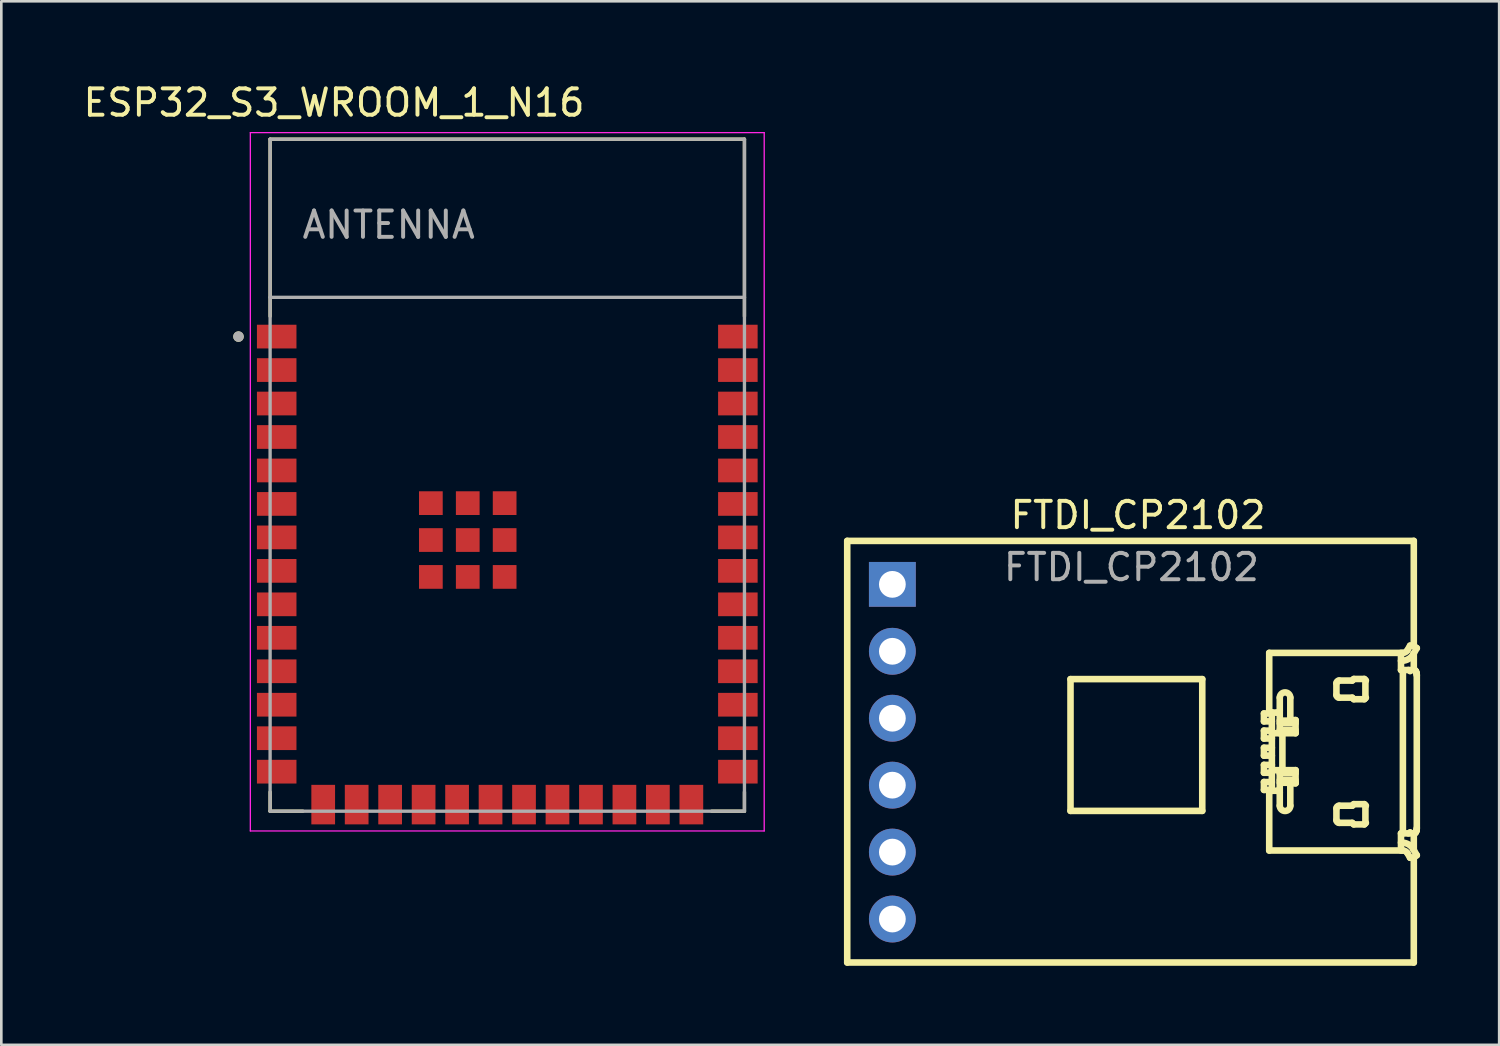
<source format=kicad_pcb>
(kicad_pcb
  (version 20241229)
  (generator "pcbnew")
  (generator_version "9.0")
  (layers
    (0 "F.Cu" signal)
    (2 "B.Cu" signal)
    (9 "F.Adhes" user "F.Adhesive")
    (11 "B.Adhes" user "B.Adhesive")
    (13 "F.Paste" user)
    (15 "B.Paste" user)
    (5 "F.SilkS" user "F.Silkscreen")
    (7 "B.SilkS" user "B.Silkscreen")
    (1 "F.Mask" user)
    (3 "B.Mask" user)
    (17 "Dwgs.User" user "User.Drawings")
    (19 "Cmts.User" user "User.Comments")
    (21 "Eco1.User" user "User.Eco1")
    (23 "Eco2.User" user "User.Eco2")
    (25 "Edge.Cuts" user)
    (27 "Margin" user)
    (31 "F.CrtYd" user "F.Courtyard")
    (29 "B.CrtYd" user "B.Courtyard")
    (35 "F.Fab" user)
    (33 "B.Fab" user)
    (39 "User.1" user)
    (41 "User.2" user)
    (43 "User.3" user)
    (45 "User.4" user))
  (footprint "FTDI_CP2102"
    (layer "F.Cu")
    (at 40.059 0.25)
    (property "Reference" "FTDI_CP2102" (at 0.075 16.25 0) (unlocked yes) (layer "F.SilkS") (effects (font (size 1 1) (thickness 0.15))))
    (attr through_hole)
    (fp_line (start -10.959 17.225) (end 10.541 17.225) (stroke (width 0.25) (type solid)) (layer "F.SilkS"))
    (fp_line (start -10.959 33.225) (end -10.959 17.225) (stroke (width 0.25) (type solid)) (layer "F.SilkS"))
    (fp_line (start -2.486 22.471) (end 2.514 22.471) (stroke (width 0.25) (type solid)) (layer "F.SilkS"))
    (fp_line (start -2.486 27.471) (end -2.486 22.471) (stroke (width 0.25) (type solid)) (layer "F.SilkS"))
    (fp_line (start 2.514 22.471) (end 2.514 27.471) (stroke (width 0.25) (type solid)) (layer "F.SilkS"))
    (fp_line (start 2.514 27.471) (end -2.486 27.471) (stroke (width 0.25) (type solid)) (layer "F.SilkS"))
    (fp_line (start 4.855 23.775) (end 5.155 23.775) (stroke (width 0.25) (type solid)) (layer "F.SilkS"))
    (fp_line (start 4.855 24.075) (end 4.855 23.775) (stroke (width 0.25) (type solid)) (layer "F.SilkS"))
    (fp_line (start 4.855 24.425) (end 5.155 24.425) (stroke (width 0.25) (type solid)) (layer "F.SilkS"))
    (fp_line (start 4.855 24.725) (end 4.855 24.425) (stroke (width 0.25) (type solid)) (layer "F.SilkS"))
    (fp_line (start 4.855 25.075) (end 5.155 25.075) (stroke (width 0.25) (type solid)) (layer "F.SilkS"))
    (fp_line (start 4.855 25.375) (end 4.855 25.075) (stroke (width 0.25) (type solid)) (layer "F.SilkS"))
    (fp_line (start 4.855 25.725) (end 5.155 25.725) (stroke (width 0.25) (type solid)) (layer "F.SilkS"))
    (fp_line (start 4.855 26.025) (end 4.855 25.725) (stroke (width 0.25) (type solid)) (layer "F.SilkS"))
    (fp_line (start 4.855 26.375) (end 5.155 26.375) (stroke (width 0.25) (type solid)) (layer "F.SilkS"))
    (fp_line (start 4.855 26.675) (end 4.855 26.375) (stroke (width 0.25) (type solid)) (layer "F.SilkS"))
    (fp_line (start 5.055 23.67) (end 5.055 21.475) (stroke (width 0.25) (type solid)) (layer "F.SilkS"))
    (fp_line (start 5.055 28.975) (end 5.055 26.78) (stroke (width 0.25) (type solid)) (layer "F.SilkS"))
    (fp_line (start 5.055 28.975) (end 10.127 28.975) (stroke (width 0.25) (type solid)) (layer "F.SilkS"))
    (fp_line (start 5.155 23.741) (end 5.155 26.709) (stroke (width 0.25) (type solid)) (layer "F.SilkS"))
    (fp_line (start 5.155 23.741) (end 5.355 23.741) (stroke (width 0.25) (type solid)) (layer "F.SilkS"))
    (fp_line (start 5.155 24.075) (end 4.855 24.075) (stroke (width 0.25) (type solid)) (layer "F.SilkS"))
    (fp_line (start 5.155 24.525) (end 6.055 24.525) (stroke (width 0.25) (type solid)) (layer "F.SilkS"))
    (fp_line (start 5.155 24.725) (end 4.855 24.725) (stroke (width 0.25) (type solid)) (layer "F.SilkS"))
    (fp_line (start 5.155 25.375) (end 4.855 25.375) (stroke (width 0.25) (type solid)) (layer "F.SilkS"))
    (fp_line (start 5.155 26.025) (end 4.855 26.025) (stroke (width 0.25) (type solid)) (layer "F.SilkS"))
    (fp_line (start 5.155 26.675) (end 4.855 26.675) (stroke (width 0.25) (type solid)) (layer "F.SilkS"))
    (fp_line (start 5.355 26.709) (end 5.155 26.709) (stroke (width 0.25) (type solid)) (layer "F.SilkS"))
    (fp_line (start 5.455 24.045) (end 6.055 24.045) (stroke (width 0.25) (type solid)) (layer "F.SilkS"))
    (fp_line (start 5.455 24.525) (end 5.455 23.175) (stroke (width 0.25) (type solid)) (layer "F.SilkS"))
    (fp_line (start 5.455 25.945) (end 6.055 25.945) (stroke (width 0.25) (type solid)) (layer "F.SilkS"))
    (fp_line (start 5.455 27.275) (end 5.455 25.925) (stroke (width 0.25) (type solid)) (layer "F.SilkS"))
    (fp_line (start 5.555 25.945) (end 5.555 24.505) (stroke (width 0.25) (type solid)) (layer "F.SilkS"))
    (fp_line (start 5.855 24.025) (end 5.855 23.175) (stroke (width 0.25) (type solid)) (layer "F.SilkS"))
    (fp_line (start 5.855 26.425) (end 6.055 26.425) (stroke (width 0.25) (type solid)) (layer "F.SilkS"))
    (fp_line (start 5.855 27.275) (end 5.855 26.425) (stroke (width 0.25) (type solid)) (layer "F.SilkS"))
    (fp_line (start 6.055 24.025) (end 5.855 24.025) (stroke (width 0.25) (type solid)) (layer "F.SilkS"))
    (fp_line (start 6.055 24.025) (end 6.055 24.525) (stroke (width 0.25) (type solid)) (layer "F.SilkS"))
    (fp_line (start 6.055 24.145) (end 5.455 24.145) (stroke (width 0.25) (type solid)) (layer "F.SilkS"))
    (fp_line (start 6.055 24.405) (end 5.455 24.405) (stroke (width 0.25) (type solid)) (layer "F.SilkS"))
    (fp_line (start 6.055 24.505) (end 5.455 24.505) (stroke (width 0.25) (type solid)) (layer "F.SilkS"))
    (fp_line (start 6.055 25.925) (end 5.155 25.925) (stroke (width 0.25) (type solid)) (layer "F.SilkS"))
    (fp_line (start 6.055 26.045) (end 5.455 26.045) (stroke (width 0.25) (type solid)) (layer "F.SilkS"))
    (fp_line (start 6.055 26.305) (end 5.455 26.305) (stroke (width 0.25) (type solid)) (layer "F.SilkS"))
    (fp_line (start 6.055 26.405) (end 5.455 26.405) (stroke (width 0.25) (type solid)) (layer "F.SilkS"))
    (fp_line (start 6.055 26.425) (end 6.055 25.925) (stroke (width 0.25) (type solid)) (layer "F.SilkS"))
    (fp_line (start 7.605 22.625) (end 7.605 23.075) (stroke (width 0.25) (type solid)) (layer "F.SilkS"))
    (fp_line (start 7.605 27.375) (end 7.605 27.825) (stroke (width 0.25) (type solid)) (layer "F.SilkS"))
    (fp_line (start 7.705 23.175) (end 8.205 23.175) (stroke (width 0.25) (type solid)) (layer "F.SilkS"))
    (fp_line (start 7.705 27.925) (end 8.205 27.925) (stroke (width 0.25) (type solid)) (layer "F.SilkS"))
    (fp_line (start 8.205 22.525) (end 7.705 22.525) (stroke (width 0.25) (type solid)) (layer "F.SilkS"))
    (fp_line (start 8.205 23.175) (end 8.264 23.234) (stroke (width 0.25) (type solid)) (layer "F.SilkS"))
    (fp_line (start 8.205 27.275) (end 7.705 27.275) (stroke (width 0.25) (type solid)) (layer "F.SilkS"))
    (fp_line (start 8.205 27.925) (end 8.264 27.984) (stroke (width 0.25) (type solid)) (layer "F.SilkS"))
    (fp_line (start 8.264 22.466) (end 8.205 22.525) (stroke (width 0.25) (type solid)) (layer "F.SilkS"))
    (fp_line (start 8.264 23.234) (end 8.664 23.234) (stroke (width 0.25) (type solid)) (layer "F.SilkS"))
    (fp_line (start 8.264 27.216) (end 8.205 27.275) (stroke (width 0.25) (type solid)) (layer "F.SilkS"))
    (fp_line (start 8.264 27.984) (end 8.664 27.984) (stroke (width 0.25) (type solid)) (layer "F.SilkS"))
    (fp_line (start 8.664 22.466) (end 8.264 22.466) (stroke (width 0.25) (type solid)) (layer "F.SilkS"))
    (fp_line (start 8.664 23.234) (end 8.723 23.175) (stroke (width 0.25) (type solid)) (layer "F.SilkS"))
    (fp_line (start 8.664 27.216) (end 8.264 27.216) (stroke (width 0.25) (type solid)) (layer "F.SilkS"))
    (fp_line (start 8.664 27.984) (end 8.723 27.925) (stroke (width 0.25) (type solid)) (layer "F.SilkS"))
    (fp_line (start 8.705 22.508) (end 8.705 23.192) (stroke (width 0.25) (type solid)) (layer "F.SilkS"))
    (fp_line (start 8.705 27.258) (end 8.705 27.942) (stroke (width 0.25) (type solid)) (layer "F.SilkS"))
    (fp_line (start 8.723 22.525) (end 8.664 22.466) (stroke (width 0.25) (type solid)) (layer "F.SilkS"))
    (fp_line (start 8.723 27.275) (end 8.664 27.216) (stroke (width 0.25) (type solid)) (layer "F.SilkS"))
    (fp_line (start 10.055 21.475) (end 10.055 22.125) (stroke (width 0.25) (type solid)) (layer "F.SilkS"))
    (fp_line (start 10.055 22.125) (end 10.555 22.125) (stroke (width 0.25) (type solid)) (layer "F.SilkS"))
    (fp_line (start 10.055 28.325) (end 10.555 28.325) (stroke (width 0.25) (type solid)) (layer "F.SilkS"))
    (fp_line (start 10.055 28.675) (end 10.09 28.675) (stroke (width 0.25) (type solid)) (layer "F.SilkS"))
    (fp_line (start 10.055 28.975) (end 10.055 28.325) (stroke (width 0.25) (type solid)) (layer "F.SilkS"))
    (fp_line (start 10.09 21.775) (end 10.055 21.775) (stroke (width 0.25) (type solid)) (layer "F.SilkS"))
    (fp_line (start 10.127 21.475) (end 5.055 21.475) (stroke (width 0.25) (type solid)) (layer "F.SilkS"))
    (fp_line (start 10.127 22.125) (end 10.127 28.325) (stroke (width 0.25) (type solid)) (layer "F.SilkS"))
    (fp_line (start 10.3 29.075) (end 10.401 29.25) (stroke (width 0.25) (type solid)) (layer "F.SilkS"))
    (fp_line (start 10.401 21.2) (end 10.3 21.375) (stroke (width 0.25) (type solid)) (layer "F.SilkS"))
    (fp_line (start 10.401 29.25) (end 10.528 29.25) (stroke (width 0.25) (type solid)) (layer "F.SilkS"))
    (fp_line (start 10.523 21.525) (end 10.655 21.295) (stroke (width 0.25) (type solid)) (layer "F.SilkS"))
    (fp_line (start 10.528 21.2) (end 10.401 21.2) (stroke (width 0.25) (type solid)) (layer "F.SilkS"))
    (fp_line (start 10.528 29.25) (end 10.655 29.155) (stroke (width 0.25) (type solid)) (layer "F.SilkS"))
    (fp_line (start 10.541 17.225) (end 10.541 21.209) (stroke (width 0.25) (type solid)) (layer "F.SilkS"))
    (fp_line (start 10.541 21.493) (end 10.541 22.125) (stroke (width 0.25) (type solid)) (layer "F.SilkS"))
    (fp_line (start 10.541 28.325) (end 10.541 28.957) (stroke (width 0.25) (type solid)) (layer "F.SilkS"))
    (fp_line (start 10.541 29.241) (end 10.541 33.225) (stroke (width 0.25) (type solid)) (layer "F.SilkS"))
    (fp_line (start 10.541 33.225) (end -10.959 33.225) (stroke (width 0.25) (type solid)) (layer "F.SilkS"))
    (fp_line (start 10.555 28.325) (end 10.574 28.321) (stroke (width 0.25) (type solid)) (layer "F.SilkS"))
    (fp_line (start 10.574 22.129) (end 10.555 22.125) (stroke (width 0.25) (type solid)) (layer "F.SilkS"))
    (fp_line (start 10.574 28.321) (end 10.593 28.31) (stroke (width 0.25) (type solid)) (layer "F.SilkS"))
    (fp_line (start 10.593 22.14) (end 10.574 22.129) (stroke (width 0.25) (type solid)) (layer "F.SilkS"))
    (fp_line (start 10.593 28.31) (end 10.611 28.291) (stroke (width 0.25) (type solid)) (layer "F.SilkS"))
    (fp_line (start 10.611 22.159) (end 10.593 22.14) (stroke (width 0.25) (type solid)) (layer "F.SilkS"))
    (fp_line (start 10.611 28.291) (end 10.626 28.266) (stroke (width 0.25) (type solid)) (layer "F.SilkS"))
    (fp_line (start 10.626 22.184) (end 10.611 22.159) (stroke (width 0.25) (type solid)) (layer "F.SilkS"))
    (fp_line (start 10.626 28.266) (end 10.638 28.236) (stroke (width 0.25) (type solid)) (layer "F.SilkS"))
    (fp_line (start 10.638 22.214) (end 10.626 22.184) (stroke (width 0.25) (type solid)) (layer "F.SilkS"))
    (fp_line (start 10.638 28.236) (end 10.648 28.202) (stroke (width 0.25) (type solid)) (layer "F.SilkS"))
    (fp_line (start 10.648 22.248) (end 10.638 22.214) (stroke (width 0.25) (type solid)) (layer "F.SilkS"))
    (fp_line (start 10.648 28.202) (end 10.653 28.164) (stroke (width 0.25) (type solid)) (layer "F.SilkS"))
    (fp_line (start 10.653 22.286) (end 10.648 22.248) (stroke (width 0.25) (type solid)) (layer "F.SilkS"))
    (fp_line (start 10.653 28.164) (end 10.655 28.125) (stroke (width 0.25) (type solid)) (layer "F.SilkS"))
    (fp_line (start 10.655 21.295) (end 10.528 21.2) (stroke (width 0.25) (type solid)) (layer "F.SilkS"))
    (fp_line (start 10.655 22.325) (end 10.653 22.286) (stroke (width 0.25) (type solid)) (layer "F.SilkS"))
    (fp_line (start 10.655 28.125) (end 10.655 22.325) (stroke (width 0.25) (type solid)) (layer "F.SilkS"))
    (fp_line (start 10.655 29.155) (end 10.523 28.925) (stroke (width 0.25) (type solid)) (layer "F.SilkS"))
    (fp_arc (start 5.055433 26.780025) (mid 5.091394 26.724816) (end 5.155433 26.709315) (stroke (width 0.25) (type solid)) (layer "F.SilkS"))
    (fp_arc (start 5.155433 23.740685) (mid 5.091423 23.725162) (end 5.055433 23.669975) (stroke (width 0.25) (type solid)) (layer "F.SilkS"))
    (fp_arc (start 5.355433 26.709315) (mid 5.419472 26.724816) (end 5.455433 26.780025) (stroke (width 0.25) (type solid)) (layer "F.SilkS"))
    (fp_arc (start 5.455433 23.175) (mid 5.65543 22.975003) (end 5.855433 23.175) (stroke (width 0.25) (type solid)) (layer "F.SilkS"))
    (fp_arc (start 5.455433 23.669975) (mid 5.419473 23.725187) (end 5.355433 23.740685) (stroke (width 0.25) (type solid)) (layer "F.SilkS"))
    (fp_arc (start 5.855433 27.275) (mid 5.655433 27.475) (end 5.455433 27.275) (stroke (width 0.25) (type solid)) (layer "F.SilkS"))
    (fp_arc (start 7.605433 22.625) (mid 7.634723 22.55429) (end 7.705433 22.525) (stroke (width 0.25) (type solid)) (layer "F.SilkS"))
    (fp_arc (start 7.605433 27.375) (mid 7.634722 27.304289) (end 7.705433 27.275) (stroke (width 0.25) (type solid)) (layer "F.SilkS"))
    (fp_arc (start 7.705433 23.175) (mid 7.634753 23.145694) (end 7.605433 23.075) (stroke (width 0.25) (type solid)) (layer "F.SilkS"))
    (fp_arc (start 7.705433 27.925) (mid 7.634722 27.895711) (end 7.605433 27.825) (stroke (width 0.25) (type solid)) (layer "F.SilkS"))
    (fp_arc (start 10.089511 28.675) (mid 10.339511 28.741987) (end 10.522523 28.925) (stroke (width 0.25) (type solid)) (layer "F.SilkS"))
    (fp_arc (start 10.126668 28.975) (mid 10.226668 29.001795) (end 10.299873 29.075) (stroke (width 0.25) (type solid)) (layer "F.SilkS"))
    (fp_arc (start 10.299873 21.375) (mid 10.226667 21.448201) (end 10.126668 21.475) (stroke (width 0.25) (type solid)) (layer "F.SilkS"))
    (fp_arc (start 10.338496 22.125) (mid 10.375227 22.138527) (end 10.400909 22.168063) (stroke (width 0.25) (type solid)) (layer "F.SilkS"))
    (fp_arc (start 10.400909 28.281937) (mid 10.375223 28.31147) (end 10.338496 28.325) (stroke (width 0.25) (type solid)) (layer "F.SilkS"))
    (fp_arc (start 10.522523 21.525) (mid 10.339511 21.708013) (end 10.089511 21.775) (stroke (width 0.25) (type solid)) (layer "F.SilkS"))
    (fp_text user "${REFERENCE}" (at -0.175 18.225 0) (unlocked yes) (layer "F.Fab") (effects (font (size 1 1) (thickness 0.15))))
    (pad "1" thru_hole rect (at -9.246 18.875) (size 1.778 1.7) (drill 1.016) (layers "*.Cu" "*.Mask"))
    (pad "2" thru_hole circle (at -9.246 21.415) (size 1.778 1.778) (drill 1.016) (layers "*.Cu" "*.Mask"))
    (pad "3" thru_hole circle (at -9.246 23.955) (size 1.778 1.778) (drill 1.016) (layers "*.Cu" "*.Mask"))
    (pad "4" thru_hole circle (at -9.246 26.495) (size 1.778 1.778) (drill 1.016) (layers "*.Cu" "*.Mask"))
    (pad "5" thru_hole circle (at -9.246 29.035) (size 1.778 1.778) (drill 1.016) (layers "*.Cu" "*.Mask"))
    (pad "6" thru_hole circle (at -9.246 31.575) (size 1.778 1.778) (drill 1.016) (layers "*.Cu" "*.Mask")))
  (footprint "ESP32_S3_WROOM_1_N16"
    (layer "F.Cu")
    (at 16.2 14.983)
    (property "Reference" "ESP32_S3_WROOM_1_N16" (at -6.575 -14.135 0) (layer "F.SilkS") (effects (font (size 1 1) (thickness 0.15))))
    (attr smd)
    (fp_line (start -9 -12.75) (end 9 -12.75) (stroke (width 0.127) (type solid)) (layer "F.SilkS"))
    (fp_line (start -9 -6.03) (end -9 -12.75) (stroke (width 0.127) (type solid)) (layer "F.SilkS"))
    (fp_line (start -9 12.02) (end -9 12.75) (stroke (width 0.127) (type solid)) (layer "F.SilkS"))
    (fp_line (start -9 12.75) (end -7.755 12.75) (stroke (width 0.127) (type solid)) (layer "F.SilkS"))
    (fp_line (start 9 -12.75) (end 9 -6.03) (stroke (width 0.127) (type solid)) (layer "F.SilkS"))
    (fp_line (start 9 12.02) (end 9 12.75) (stroke (width 0.127) (type solid)) (layer "F.SilkS"))
    (fp_line (start 9 12.75) (end 7.755 12.75) (stroke (width 0.127) (type solid)) (layer "F.SilkS"))
    (fp_circle (center -10.2 -5.26) (end -10.1 -5.26) (stroke (width 0.2) (type solid)) (fill no) (layer "F.SilkS"))
    (fp_line (start -9.75 -13) (end 9.75 -13) (stroke (width 0.05) (type solid)) (layer "F.CrtYd"))
    (fp_line (start -9.75 13.5) (end -9.75 -13) (stroke (width 0.05) (type solid)) (layer "F.CrtYd"))
    (fp_line (start -9.75 13.5) (end 9.75 13.5) (stroke (width 0.05) (type solid)) (layer "F.CrtYd"))
    (fp_line (start 9.75 -13) (end 9.75 13.5) (stroke (width 0.05) (type solid)) (layer "F.CrtYd"))
    (fp_line (start -9 -12.75) (end 9 -12.75) (stroke (width 0.127) (type solid)) (layer "F.Fab"))
    (fp_line (start -9 -6.75) (end -9 -12.75) (stroke (width 0.127) (type solid)) (layer "F.Fab"))
    (fp_line (start -9 -6.75) (end 9 -6.75) (stroke (width 0.127) (type solid)) (layer "F.Fab"))
    (fp_line (start -9 12.75) (end -9 -6.75) (stroke (width 0.127) (type solid)) (layer "F.Fab"))
    (fp_line (start 9 -12.75) (end 9 -6.75) (stroke (width 0.127) (type solid)) (layer "F.Fab"))
    (fp_line (start 9 -6.75) (end 9 12.75) (stroke (width 0.127) (type solid)) (layer "F.Fab"))
    (fp_line (start 9 12.75) (end -9 12.75) (stroke (width 0.127) (type solid)) (layer "F.Fab"))
    (fp_circle (center -10.2 -5.26) (end -10.1 -5.26) (stroke (width 0.2) (type solid)) (fill no) (layer "F.Fab"))
    (fp_text user "ANTENNA" (at -4.5 -9.5 0) (layer "F.Fab") (effects (font (size 1 1) (thickness 0.15))))
    (pad "1" smd rect (at -8.75 -5.26) (size 1.5 0.9) (layers "F.Cu" "F.Mask" "F.Paste"))
    (pad "2" smd rect (at -8.75 -3.99) (size 1.5 0.9) (layers "F.Cu" "F.Mask" "F.Paste"))
    (pad "3" smd rect (at -8.75 -2.72) (size 1.5 0.9) (layers "F.Cu" "F.Mask" "F.Paste"))
    (pad "4" smd rect (at -8.75 -1.45) (size 1.5 0.9) (layers "F.Cu" "F.Mask" "F.Paste"))
    (pad "5" smd rect (at -8.75 -0.18) (size 1.5 0.9) (layers "F.Cu" "F.Mask" "F.Paste"))
    (pad "6" smd rect (at -8.75 1.09) (size 1.5 0.9) (layers "F.Cu" "F.Mask" "F.Paste"))
    (pad "7" smd rect (at -8.75 2.36) (size 1.5 0.9) (layers "F.Cu" "F.Mask" "F.Paste"))
    (pad "8" smd rect (at -8.75 3.63) (size 1.5 0.9) (layers "F.Cu" "F.Mask" "F.Paste"))
    (pad "9" smd rect (at -8.75 4.9) (size 1.5 0.9) (layers "F.Cu" "F.Mask" "F.Paste"))
    (pad "10" smd rect (at -8.75 6.17) (size 1.5 0.9) (layers "F.Cu" "F.Mask" "F.Paste"))
    (pad "11" smd rect (at -8.75 7.44) (size 1.5 0.9) (layers "F.Cu" "F.Mask" "F.Paste"))
    (pad "12" smd rect (at -8.75 8.71) (size 1.5 0.9) (layers "F.Cu" "F.Mask" "F.Paste"))
    (pad "13" smd rect (at -8.75 9.98) (size 1.5 0.9) (layers "F.Cu" "F.Mask" "F.Paste"))
    (pad "14" smd rect (at -8.75 11.25) (size 1.5 0.9) (layers "F.Cu" "F.Mask" "F.Paste"))
    (pad "15" smd rect (at -6.985 12.5) (size 0.9 1.5) (layers "F.Cu" "F.Mask" "F.Paste"))
    (pad "16" smd rect (at -5.715 12.5) (size 0.9 1.5) (layers "F.Cu" "F.Mask" "F.Paste"))
    (pad "17" smd rect (at -4.445 12.5) (size 0.9 1.5) (layers "F.Cu" "F.Mask" "F.Paste"))
    (pad "18" smd rect (at -3.175 12.5) (size 0.9 1.5) (layers "F.Cu" "F.Mask" "F.Paste"))
    (pad "19" smd rect (at -1.905 12.5) (size 0.9 1.5) (layers "F.Cu" "F.Mask" "F.Paste"))
    (pad "20" smd rect (at -0.635 12.5) (size 0.9 1.5) (layers "F.Cu" "F.Mask" "F.Paste"))
    (pad "21" smd rect (at 0.635 12.5) (size 0.9 1.5) (layers "F.Cu" "F.Mask" "F.Paste"))
    (pad "22" smd rect (at 1.905 12.5) (size 0.9 1.5) (layers "F.Cu" "F.Mask" "F.Paste"))
    (pad "23" smd rect (at 3.175 12.5) (size 0.9 1.5) (layers "F.Cu" "F.Mask" "F.Paste"))
    (pad "24" smd rect (at 4.445 12.5) (size 0.9 1.5) (layers "F.Cu" "F.Mask" "F.Paste"))
    (pad "25" smd rect (at 5.715 12.5) (size 0.9 1.5) (layers "F.Cu" "F.Mask" "F.Paste"))
    (pad "26" smd rect (at 6.985 12.5) (size 0.9 1.5) (layers "F.Cu" "F.Mask" "F.Paste"))
    (pad "27" smd rect (at 8.75 11.25) (size 1.5 0.9) (layers "F.Cu" "F.Mask" "F.Paste"))
    (pad "28" smd rect (at 8.75 9.98) (size 1.5 0.9) (layers "F.Cu" "F.Mask" "F.Paste"))
    (pad "29" smd rect (at 8.75 8.71) (size 1.5 0.9) (layers "F.Cu" "F.Mask" "F.Paste"))
    (pad "30" smd rect (at 8.75 7.44) (size 1.5 0.9) (layers "F.Cu" "F.Mask" "F.Paste"))
    (pad "31" smd rect (at 8.75 6.17) (size 1.5 0.9) (layers "F.Cu" "F.Mask" "F.Paste"))
    (pad "32" smd rect (at 8.75 4.9) (size 1.5 0.9) (layers "F.Cu" "F.Mask" "F.Paste"))
    (pad "33" smd rect (at 8.75 3.63) (size 1.5 0.9) (layers "F.Cu" "F.Mask" "F.Paste"))
    (pad "34" smd rect (at 8.75 2.36) (size 1.5 0.9) (layers "F.Cu" "F.Mask" "F.Paste"))
    (pad "35" smd rect (at 8.75 1.09) (size 1.5 0.9) (layers "F.Cu" "F.Mask" "F.Paste"))
    (pad "36" smd rect (at 8.75 -0.18) (size 1.5 0.9) (layers "F.Cu" "F.Mask" "F.Paste"))
    (pad "37" smd rect (at 8.75 -1.45) (size 1.5 0.9) (layers "F.Cu" "F.Mask" "F.Paste"))
    (pad "38" smd rect (at 8.75 -2.72) (size 1.5 0.9) (layers "F.Cu" "F.Mask" "F.Paste"))
    (pad "39" smd rect (at 8.75 -3.99) (size 1.5 0.9) (layers "F.Cu" "F.Mask" "F.Paste"))
    (pad "40" smd rect (at 8.75 -5.26) (size 1.5 0.9) (layers "F.Cu" "F.Mask" "F.Paste"))
    (pad "41_1" smd rect (at -1.5 2.46) (size 0.9 0.9) (layers "F.Cu" "F.Mask" "F.Paste"))
    (pad "41_2" smd rect (at -2.9 2.46) (size 0.9 0.9) (layers "F.Cu" "F.Mask" "F.Paste"))
    (pad "41_3" smd rect (at -0.1 2.46) (size 0.9 0.9) (layers "F.Cu" "F.Mask" "F.Paste"))
    (pad "41_4" smd rect (at -2.9 3.86) (size 0.9 0.9) (layers "F.Cu" "F.Mask" "F.Paste"))
    (pad "41_5" smd rect (at -1.5 3.86) (size 0.9 0.9) (layers "F.Cu" "F.Mask" "F.Paste"))
    (pad "41_6" smd rect (at -0.1 3.86) (size 0.9 0.9) (layers "F.Cu" "F.Mask" "F.Paste"))
    (pad "41_7" smd rect (at -2.9 1.06) (size 0.9 0.9) (layers "F.Cu" "F.Mask" "F.Paste"))
    (pad "41_8" smd rect (at -1.5 1.06) (size 0.9 0.9) (layers "F.Cu" "F.Mask" "F.Paste"))
    (pad "41_9" smd rect (at -0.1 1.06) (size 0.9 0.9) (layers "F.Cu" "F.Mask" "F.Paste"))
    (zone (net_name "") (layer "F.Cu") (hatch full 0.508) (connect_pads) (min_thickness 0.01) (filled_areas_thickness no) (keepout (tracks not_allowed) (vias not_allowed) (pads not_allowed) (copperpour not_allowed) (footprints allowed)) (placement (enabled no)) (fill) (polygon (pts (xy 7.2 2.233) (xy 25.2 2.233) (xy 25.2 8.233) (xy 7.2 8.233))))
    (zone (net_name "") (layers "F.Cu" "B.Cu") (hatch full 0.508) (connect_pads) (min_thickness 0.01) (filled_areas_thickness no) (keepout (tracks allowed) (vias not_allowed) (pads allowed) (copperpour allowed) (footprints allowed)) (placement (enabled no)) (fill) (polygon (pts (xy 7.2 2.233) (xy 25.2 2.233) (xy 25.2 8.233) (xy 7.2 8.233))))
    (zone (net_name "") (layer "B.Cu") (hatch full 0.508) (connect_pads) (min_thickness 0.01) (filled_areas_thickness no) (keepout (tracks not_allowed) (vias not_allowed) (pads not_allowed) (copperpour not_allowed) (footprints allowed)) (placement (enabled no)) (fill) (polygon (pts (xy 7.2 2.233) (xy 25.2 2.233) (xy 25.2 8.233) (xy 7.2 8.233)))))
  (gr_rect
    (start -3 -3)
    (end 53.84 36.6)
    (stroke (width 0.1) (type default))
    (fill no)
    (layer "Edge.Cuts")))
</source>
